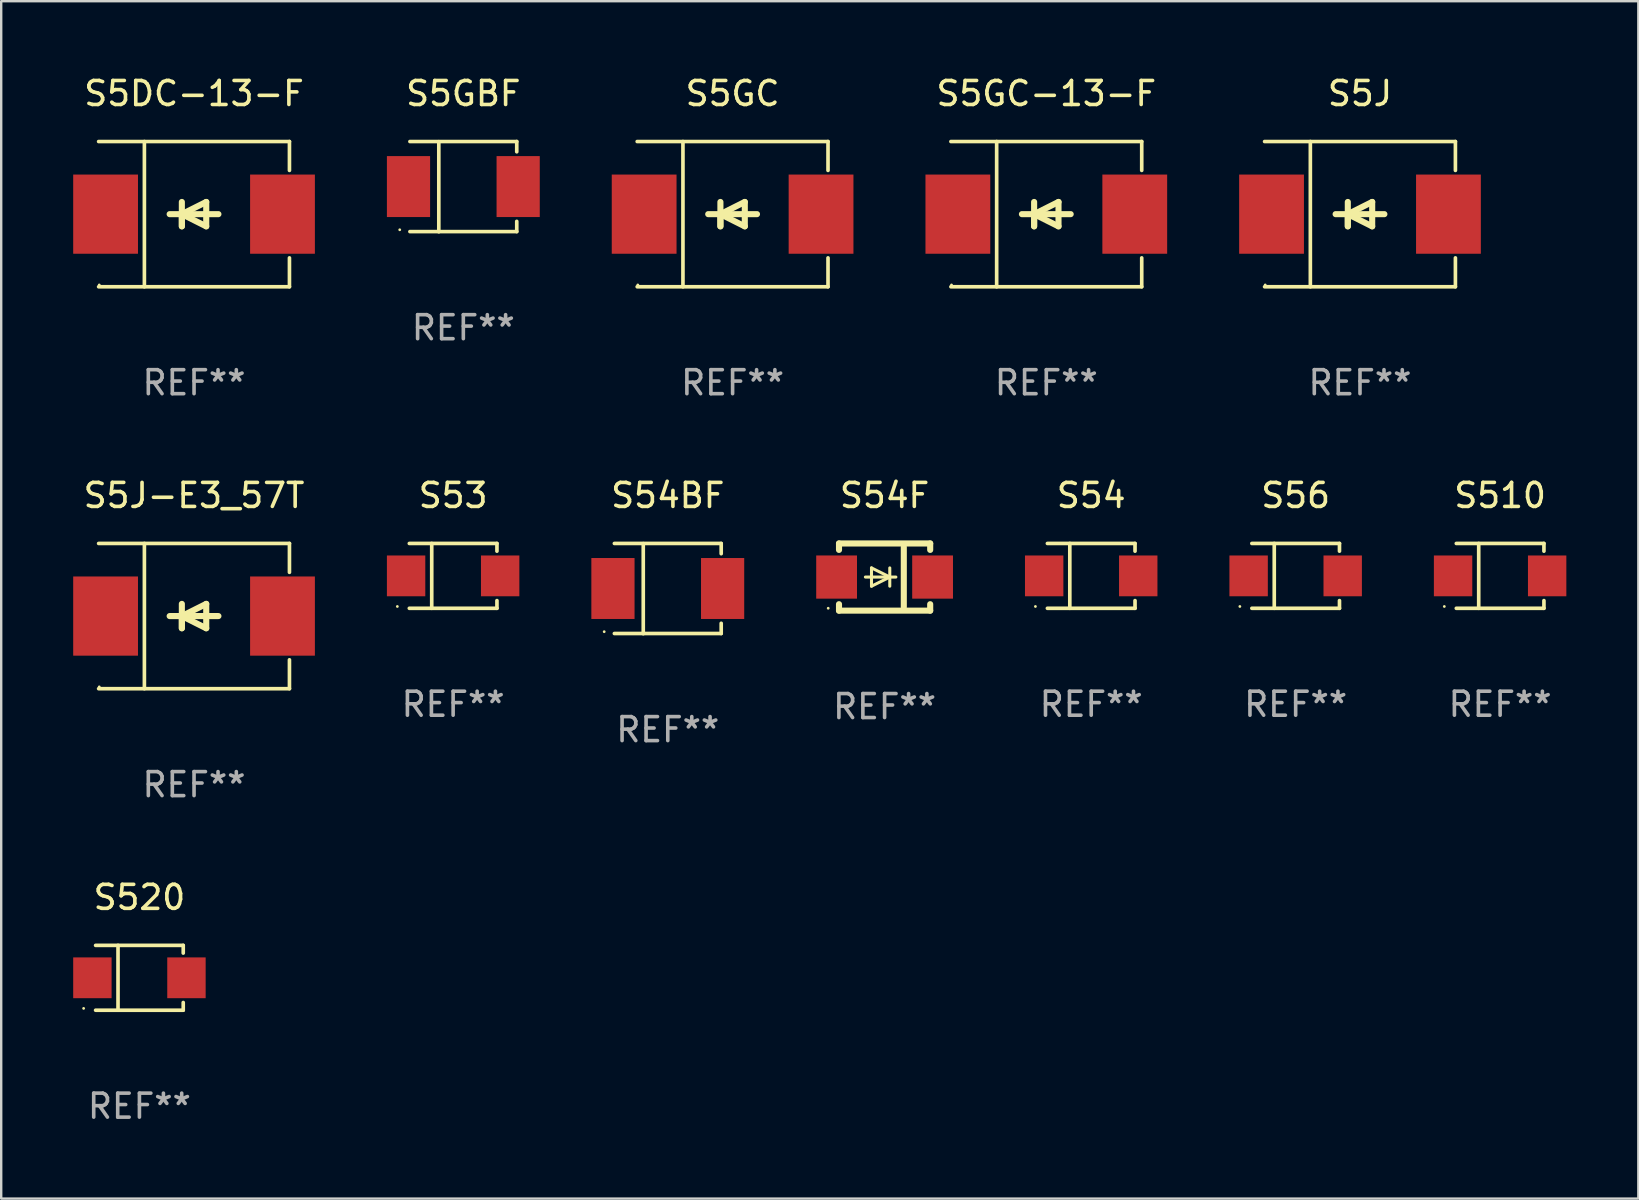
<source format=kicad_pcb>
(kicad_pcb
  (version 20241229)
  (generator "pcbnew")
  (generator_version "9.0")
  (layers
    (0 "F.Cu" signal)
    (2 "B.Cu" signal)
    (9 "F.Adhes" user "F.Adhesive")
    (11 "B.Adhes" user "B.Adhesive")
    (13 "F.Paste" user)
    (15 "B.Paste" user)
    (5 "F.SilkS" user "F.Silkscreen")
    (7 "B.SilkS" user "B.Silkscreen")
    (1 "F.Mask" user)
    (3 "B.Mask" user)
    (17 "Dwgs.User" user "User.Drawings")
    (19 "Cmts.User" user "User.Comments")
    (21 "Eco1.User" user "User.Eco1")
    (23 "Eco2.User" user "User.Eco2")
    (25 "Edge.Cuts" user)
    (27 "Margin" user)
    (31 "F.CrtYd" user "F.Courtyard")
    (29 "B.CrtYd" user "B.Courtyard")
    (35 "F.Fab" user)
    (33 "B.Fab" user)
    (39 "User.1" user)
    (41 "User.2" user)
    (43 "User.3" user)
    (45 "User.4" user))
  (footprint "S5J-E3_57T"
    (layer "F.Cu")
    (at 5.036 22.623)
    (property "Reference" "S5J-E3_57T" (at 0 -5.026 0) (layer "F.SilkS") (effects (font (size 1 1) (thickness 0.15))))
    (attr through_hole)
    (fp_line (start -3.976 -3.026) (end 3.976 -3.026) (stroke (width 0.152) (type solid)) (layer "F.SilkS"))
    (fp_line (start -3.976 3.026) (end 3.976 3.026) (stroke (width 0.152) (type solid)) (layer "F.SilkS"))
    (fp_line (start -2.069 -3.026) (end -2.069 3.026) (stroke (width 0.152) (type solid)) (layer "F.SilkS"))
    (fp_line (start -0.508 0) (end -0.508 0.508) (stroke (width 0.254) (type solid)) (layer "F.SilkS"))
    (fp_line (start -0.508 0) (end 0.508 0.508) (stroke (width 0.254) (type solid)) (layer "F.SilkS"))
    (fp_line (start -0.508 0.508) (end -0.508 -0.508) (stroke (width 0.254) (type solid)) (layer "F.SilkS"))
    (fp_line (start 0.508 -0.508) (end -0.508 0) (stroke (width 0.254) (type solid)) (layer "F.SilkS"))
    (fp_line (start 0.508 0.508) (end 0.508 -0.508) (stroke (width 0.254) (type solid)) (layer "F.SilkS"))
    (fp_line (start 1.016 0) (end -1.016 0) (stroke (width 0.254) (type solid)) (layer "F.SilkS"))
    (fp_line (start 3.976 -3.026) (end 3.976 -1.823) (stroke (width 0.152) (type solid)) (layer "F.SilkS"))
    (fp_line (start 3.976 3.026) (end 3.976 1.823) (stroke (width 0.152) (type solid)) (layer "F.SilkS"))
    (fp_circle (center -3.95 2.95) (end -3.92 2.95) (stroke (width 0.06) (type solid)) (fill no) (layer "F.SilkS"))
    (fp_text user "REF**" (at 0 7.026 0) (layer "F.Fab") (effects (font (size 1 1) (thickness 0.15))))
    (pad "1" smd rect (at -3.686 0) (size 2.7 3.3) (layers "F.Cu" "F.Mask" "F.Paste"))
    (pad "2" smd rect (at 3.686 0) (size 2.7 3.3) (layers "F.Cu" "F.Mask" "F.Paste")))
  (footprint "S5GC"
    (layer "F.Cu")
    (at 27.479 5.874)
    (property "Reference" "S5GC" (at 0 -5.026 0) (layer "F.SilkS") (effects (font (size 1 1) (thickness 0.15))))
    (attr through_hole)
    (fp_line (start -3.976 -3.026) (end 3.976 -3.026) (stroke (width 0.152) (type solid)) (layer "F.SilkS"))
    (fp_line (start -3.976 3.026) (end 3.976 3.026) (stroke (width 0.152) (type solid)) (layer "F.SilkS"))
    (fp_line (start -2.069 -3.026) (end -2.069 3.026) (stroke (width 0.152) (type solid)) (layer "F.SilkS"))
    (fp_line (start -0.508 0) (end -0.508 0.508) (stroke (width 0.254) (type solid)) (layer "F.SilkS"))
    (fp_line (start -0.508 0) (end 0.508 0.508) (stroke (width 0.254) (type solid)) (layer "F.SilkS"))
    (fp_line (start -0.508 0.508) (end -0.508 -0.508) (stroke (width 0.254) (type solid)) (layer "F.SilkS"))
    (fp_line (start 0.508 -0.508) (end -0.508 0) (stroke (width 0.254) (type solid)) (layer "F.SilkS"))
    (fp_line (start 0.508 0.508) (end 0.508 -0.508) (stroke (width 0.254) (type solid)) (layer "F.SilkS"))
    (fp_line (start 1.016 0) (end -1.016 0) (stroke (width 0.254) (type solid)) (layer "F.SilkS"))
    (fp_line (start 3.976 -3.026) (end 3.976 -1.823) (stroke (width 0.152) (type solid)) (layer "F.SilkS"))
    (fp_line (start 3.976 3.026) (end 3.976 1.823) (stroke (width 0.152) (type solid)) (layer "F.SilkS"))
    (fp_circle (center -3.95 2.95) (end -3.92 2.95) (stroke (width 0.06) (type solid)) (fill no) (layer "F.SilkS"))
    (fp_text user "REF**" (at 0 7.026 0) (layer "F.Fab") (effects (font (size 1 1) (thickness 0.15))))
    (pad "1" smd rect (at -3.686 0) (size 2.7 3.3) (layers "F.Cu" "F.Mask" "F.Paste"))
    (pad "2" smd rect (at 3.686 0) (size 2.7 3.3) (layers "F.Cu" "F.Mask" "F.Paste")))
  (footprint "S53"
    (layer "F.Cu")
    (at 15.833 20.948)
    (property "Reference" "S53" (at 0 -3.351 0) (layer "F.SilkS") (effects (font (size 1 1) (thickness 0.15))))
    (attr through_hole)
    (fp_line (start -1.826 -1.351) (end 1.826 -1.351) (stroke (width 0.152) (type solid)) (layer "F.SilkS"))
    (fp_line (start -1.826 1.351) (end 1.826 1.351) (stroke (width 0.152) (type solid)) (layer "F.SilkS"))
    (fp_line (start -0.892 -1.351) (end -0.892 1.351) (stroke (width 0.152) (type solid)) (layer "F.SilkS"))
    (fp_line (start 1.826 -1.351) (end 1.826 -1.03) (stroke (width 0.152) (type solid)) (layer "F.SilkS"))
    (fp_line (start 1.826 1.03) (end 1.826 1.351) (stroke (width 0.152) (type solid)) (layer "F.SilkS"))
    (fp_circle (center -2.325 1.275) (end -2.295 1.275) (stroke (width 0.06) (type solid)) (fill no) (layer "F.SilkS"))
    (fp_text user "REF**" (at 0 5.351 0) (layer "F.Fab") (effects (font (size 1 1) (thickness 0.15))))
    (pad "1" smd rect (at -1.96 0 180) (size 1.6 1.7) (layers "F.Cu" "F.Mask" "F.Paste"))
    (pad "2" smd rect (at 1.96 0 180) (size 1.6 1.7) (layers "F.Cu" "F.Mask" "F.Paste")))
  (footprint "S520"
    (layer "F.Cu")
    (at 2.76 37.697)
    (property "Reference" "S520" (at 0 -3.351 0) (layer "F.SilkS") (effects (font (size 1 1) (thickness 0.15))))
    (attr through_hole)
    (fp_line (start -1.826 -1.351) (end 1.826 -1.351) (stroke (width 0.152) (type solid)) (layer "F.SilkS"))
    (fp_line (start -1.826 1.351) (end 1.826 1.351) (stroke (width 0.152) (type solid)) (layer "F.SilkS"))
    (fp_line (start -0.892 -1.351) (end -0.892 1.351) (stroke (width 0.152) (type solid)) (layer "F.SilkS"))
    (fp_line (start 1.826 -1.351) (end 1.826 -1.03) (stroke (width 0.152) (type solid)) (layer "F.SilkS"))
    (fp_line (start 1.826 1.03) (end 1.826 1.351) (stroke (width 0.152) (type solid)) (layer "F.SilkS"))
    (fp_circle (center -2.325 1.275) (end -2.295 1.275) (stroke (width 0.06) (type solid)) (fill no) (layer "F.SilkS"))
    (fp_text user "REF**" (at 0 5.351 0) (layer "F.Fab") (effects (font (size 1 1) (thickness 0.15))))
    (pad "1" smd rect (at -1.96 0 180) (size 1.6 1.7) (layers "F.Cu" "F.Mask" "F.Paste"))
    (pad "2" smd rect (at 1.96 0 180) (size 1.6 1.7) (layers "F.Cu" "F.Mask" "F.Paste")))
  (footprint "S5GBF"
    (layer "F.Cu")
    (at 16.258 4.728)
    (property "Reference" "S5GBF" (at 0 -3.88 0) (layer "F.SilkS") (effects (font (size 1 1) (thickness 0.15))))
    (attr through_hole)
    (fp_line (start -2.226 -1.88) (end 2.226 -1.88) (stroke (width 0.152) (type solid)) (layer "F.SilkS"))
    (fp_line (start -2.226 1.873) (end 2.226 1.873) (stroke (width 0.152) (type solid)) (layer "F.SilkS"))
    (fp_line (start -1.022 -1.873) (end -1.022 1.88) (stroke (width 0.152) (type solid)) (layer "F.SilkS"))
    (fp_line (start 2.226 -1.88) (end 2.226 -1.453) (stroke (width 0.152) (type solid)) (layer "F.SilkS"))
    (fp_line (start 2.226 1.447) (end 2.226 1.873) (stroke (width 0.152) (type solid)) (layer "F.SilkS"))
    (fp_circle (center -2.65 1.797) (end -2.62 1.797) (stroke (width 0.06) (type solid)) (fill no) (layer "F.SilkS"))
    (fp_text user "REF**" (at 0 5.88 0) (layer "F.Fab") (effects (font (size 1 1) (thickness 0.15))))
    (pad "1" smd rect (at -2.285 -0.003) (size 1.8 2.54) (layers "F.Cu" "F.Mask" "F.Paste"))
    (pad "2" smd rect (at 2.285 -0.003) (size 1.8 2.54) (layers "F.Cu" "F.Mask" "F.Paste")))
  (footprint "S56"
    (layer "F.Cu")
    (at 50.943 20.948)
    (property "Reference" "S56" (at 0 -3.351 0) (layer "F.SilkS") (effects (font (size 1 1) (thickness 0.15))))
    (attr through_hole)
    (fp_line (start -1.826 -1.351) (end 1.826 -1.351) (stroke (width 0.152) (type solid)) (layer "F.SilkS"))
    (fp_line (start -1.826 1.351) (end 1.826 1.351) (stroke (width 0.152) (type solid)) (layer "F.SilkS"))
    (fp_line (start -0.892 -1.351) (end -0.892 1.351) (stroke (width 0.152) (type solid)) (layer "F.SilkS"))
    (fp_line (start 1.826 -1.351) (end 1.826 -1.03) (stroke (width 0.152) (type solid)) (layer "F.SilkS"))
    (fp_line (start 1.826 1.03) (end 1.826 1.351) (stroke (width 0.152) (type solid)) (layer "F.SilkS"))
    (fp_circle (center -2.325 1.275) (end -2.295 1.275) (stroke (width 0.06) (type solid)) (fill no) (layer "F.SilkS"))
    (fp_text user "REF**" (at 0 5.351 0) (layer "F.Fab") (effects (font (size 1 1) (thickness 0.15))))
    (pad "1" smd rect (at -1.96 0 180) (size 1.6 1.7) (layers "F.Cu" "F.Mask" "F.Paste"))
    (pad "2" smd rect (at 1.96 0 180) (size 1.6 1.7) (layers "F.Cu" "F.Mask" "F.Paste")))
  (footprint "S54"
    (layer "F.Cu")
    (at 42.423 20.948)
    (property "Reference" "S54" (at 0 -3.351 0) (layer "F.SilkS") (effects (font (size 1 1) (thickness 0.15))))
    (attr through_hole)
    (fp_line (start -1.826 -1.351) (end 1.826 -1.351) (stroke (width 0.152) (type solid)) (layer "F.SilkS"))
    (fp_line (start -1.826 1.351) (end 1.826 1.351) (stroke (width 0.152) (type solid)) (layer "F.SilkS"))
    (fp_line (start -0.892 -1.351) (end -0.892 1.351) (stroke (width 0.152) (type solid)) (layer "F.SilkS"))
    (fp_line (start 1.826 -1.351) (end 1.826 -1.03) (stroke (width 0.152) (type solid)) (layer "F.SilkS"))
    (fp_line (start 1.826 1.03) (end 1.826 1.351) (stroke (width 0.152) (type solid)) (layer "F.SilkS"))
    (fp_circle (center -2.325 1.275) (end -2.295 1.275) (stroke (width 0.06) (type solid)) (fill no) (layer "F.SilkS"))
    (fp_text user "REF**" (at 0 5.351 0) (layer "F.Fab") (effects (font (size 1 1) (thickness 0.15))))
    (pad "1" smd rect (at -1.96 0 180) (size 1.6 1.7) (layers "F.Cu" "F.Mask" "F.Paste"))
    (pad "2" smd rect (at 1.96 0 180) (size 1.6 1.7) (layers "F.Cu" "F.Mask" "F.Paste")))
  (footprint "S5J"
    (layer "F.Cu")
    (at 53.624 5.874)
    (property "Reference" "S5J" (at 0 -5.026 0) (layer "F.SilkS") (effects (font (size 1 1) (thickness 0.15))))
    (attr through_hole)
    (fp_line (start -3.976 -3.026) (end 3.976 -3.026) (stroke (width 0.152) (type solid)) (layer "F.SilkS"))
    (fp_line (start -3.976 3.026) (end 3.976 3.026) (stroke (width 0.152) (type solid)) (layer "F.SilkS"))
    (fp_line (start -2.069 -3.026) (end -2.069 3.026) (stroke (width 0.152) (type solid)) (layer "F.SilkS"))
    (fp_line (start -0.508 0) (end -0.508 0.508) (stroke (width 0.254) (type solid)) (layer "F.SilkS"))
    (fp_line (start -0.508 0) (end 0.508 0.508) (stroke (width 0.254) (type solid)) (layer "F.SilkS"))
    (fp_line (start -0.508 0.508) (end -0.508 -0.508) (stroke (width 0.254) (type solid)) (layer "F.SilkS"))
    (fp_line (start 0.508 -0.508) (end -0.508 0) (stroke (width 0.254) (type solid)) (layer "F.SilkS"))
    (fp_line (start 0.508 0.508) (end 0.508 -0.508) (stroke (width 0.254) (type solid)) (layer "F.SilkS"))
    (fp_line (start 1.016 0) (end -1.016 0) (stroke (width 0.254) (type solid)) (layer "F.SilkS"))
    (fp_line (start 3.976 -3.026) (end 3.976 -1.823) (stroke (width 0.152) (type solid)) (layer "F.SilkS"))
    (fp_line (start 3.976 3.026) (end 3.976 1.823) (stroke (width 0.152) (type solid)) (layer "F.SilkS"))
    (fp_circle (center -3.95 2.95) (end -3.92 2.95) (stroke (width 0.06) (type solid)) (fill no) (layer "F.SilkS"))
    (fp_text user "REF**" (at 0 7.026 0) (layer "F.Fab") (effects (font (size 1 1) (thickness 0.15))))
    (pad "1" smd rect (at -3.686 0) (size 2.7 3.3) (layers "F.Cu" "F.Mask" "F.Paste"))
    (pad "2" smd rect (at 3.686 0) (size 2.7 3.3) (layers "F.Cu" "F.Mask" "F.Paste")))
  (footprint "S510"
    (layer "F.Cu")
    (at 59.463 20.948)
    (property "Reference" "S510" (at 0 -3.351 0) (layer "F.SilkS") (effects (font (size 1 1) (thickness 0.15))))
    (attr through_hole)
    (fp_line (start -1.826 -1.351) (end 1.826 -1.351) (stroke (width 0.152) (type solid)) (layer "F.SilkS"))
    (fp_line (start -1.826 1.351) (end 1.826 1.351) (stroke (width 0.152) (type solid)) (layer "F.SilkS"))
    (fp_line (start -0.892 -1.351) (end -0.892 1.351) (stroke (width 0.152) (type solid)) (layer "F.SilkS"))
    (fp_line (start 1.826 -1.351) (end 1.826 -1.03) (stroke (width 0.152) (type solid)) (layer "F.SilkS"))
    (fp_line (start 1.826 1.03) (end 1.826 1.351) (stroke (width 0.152) (type solid)) (layer "F.SilkS"))
    (fp_circle (center -2.325 1.275) (end -2.295 1.275) (stroke (width 0.06) (type solid)) (fill no) (layer "F.SilkS"))
    (fp_text user "REF**" (at 0 5.351 0) (layer "F.Fab") (effects (font (size 1 1) (thickness 0.15))))
    (pad "1" smd rect (at -1.96 0 180) (size 1.6 1.7) (layers "F.Cu" "F.Mask" "F.Paste"))
    (pad "2" smd rect (at 1.96 0 180) (size 1.6 1.7) (layers "F.Cu" "F.Mask" "F.Paste")))
  (footprint "S54F"
    (layer "F.Cu")
    (at 33.813 20.997)
    (property "Reference" "S54F" (at 0 -3.4 0) (layer "F.SilkS") (effects (font (size 1 1) (thickness 0.15))))
    (attr through_hole)
    (fp_line (start -1.9 -1.4) (end -1.9 -1.131) (stroke (width 0.254) (type solid)) (layer "F.SilkS"))
    (fp_line (start -1.9 -1.4) (end 1.9 -1.4) (stroke (width 0.254) (type solid)) (layer "F.SilkS"))
    (fp_line (start -1.9 1.131) (end -1.9 1.4) (stroke (width 0.254) (type solid)) (layer "F.SilkS"))
    (fp_line (start -1.9 1.4) (end 1.9 1.4) (stroke (width 0.254) (type solid)) (layer "F.SilkS"))
    (fp_line (start -0.8 0) (end 0.47 0) (stroke (width 0.127) (type solid)) (layer "F.SilkS"))
    (fp_line (start -0.546 -0.381) (end 0.216 0) (stroke (width 0.127) (type solid)) (layer "F.SilkS"))
    (fp_line (start -0.546 0) (end -0.546 -0.381) (stroke (width 0.127) (type solid)) (layer "F.SilkS"))
    (fp_line (start -0.546 0) (end -0.546 0.381) (stroke (width 0.127) (type solid)) (layer "F.SilkS"))
    (fp_line (start -0.546 0.381) (end 0.216 0) (stroke (width 0.127) (type solid)) (layer "F.SilkS"))
    (fp_line (start 0.216 0) (end 0.216 -0.381) (stroke (width 0.127) (type solid)) (layer "F.SilkS"))
    (fp_line (start 0.216 0) (end 0.216 0.381) (stroke (width 0.127) (type solid)) (layer "F.SilkS"))
    (fp_line (start 0.8 1.25) (end 0.8 -1.25) (stroke (width 0.254) (type solid)) (layer "F.SilkS"))
    (fp_line (start 1.9 -1.4) (end 1.9 -1.131) (stroke (width 0.254) (type solid)) (layer "F.SilkS"))
    (fp_line (start 1.9 1.131) (end 1.9 1.4) (stroke (width 0.254) (type solid)) (layer "F.SilkS"))
    (fp_circle (center -2.35 1.3) (end -2.32 1.3) (stroke (width 0.06) (type solid)) (fill no) (layer "F.SilkS"))
    (fp_text user "REF**" (at 0 5.4 0) (layer "F.Fab") (effects (font (size 1 1) (thickness 0.15))))
    (pad "1" smd rect (at -2 0 180) (size 1.7 1.8) (layers "F.Cu" "F.Mask" "F.Paste"))
    (pad "2" smd rect (at 2 0 180) (size 1.7 1.8) (layers "F.Cu" "F.Mask" "F.Paste")))
  (footprint "S54BF"
    (layer "F.Cu")
    (at 24.778 21.477)
    (property "Reference" "S54BF" (at 0 -3.88 0) (layer "F.SilkS") (effects (font (size 1 1) (thickness 0.15))))
    (attr through_hole)
    (fp_line (start -2.226 -1.88) (end 2.226 -1.88) (stroke (width 0.152) (type solid)) (layer "F.SilkS"))
    (fp_line (start -2.226 1.873) (end 2.226 1.873) (stroke (width 0.152) (type solid)) (layer "F.SilkS"))
    (fp_line (start -1.022 -1.873) (end -1.022 1.88) (stroke (width 0.152) (type solid)) (layer "F.SilkS"))
    (fp_line (start 2.226 -1.88) (end 2.226 -1.453) (stroke (width 0.152) (type solid)) (layer "F.SilkS"))
    (fp_line (start 2.226 1.447) (end 2.226 1.873) (stroke (width 0.152) (type solid)) (layer "F.SilkS"))
    (fp_circle (center -2.65 1.797) (end -2.62 1.797) (stroke (width 0.06) (type solid)) (fill no) (layer "F.SilkS"))
    (fp_text user "REF**" (at 0 5.88 0) (layer "F.Fab") (effects (font (size 1 1) (thickness 0.15))))
    (pad "1" smd rect (at -2.285 -0.003) (size 1.8 2.54) (layers "F.Cu" "F.Mask" "F.Paste"))
    (pad "2" smd rect (at 2.285 -0.003) (size 1.8 2.54) (layers "F.Cu" "F.Mask" "F.Paste")))
  (footprint "S5GC-13-F"
    (layer "F.Cu")
    (at 40.552 5.874)
    (property "Reference" "S5GC-13-F" (at 0 -5.026 0) (layer "F.SilkS") (effects (font (size 1 1) (thickness 0.15))))
    (attr through_hole)
    (fp_line (start -3.976 -3.026) (end 3.976 -3.026) (stroke (width 0.152) (type solid)) (layer "F.SilkS"))
    (fp_line (start -3.976 3.026) (end 3.976 3.026) (stroke (width 0.152) (type solid)) (layer "F.SilkS"))
    (fp_line (start -2.069 -3.026) (end -2.069 3.026) (stroke (width 0.152) (type solid)) (layer "F.SilkS"))
    (fp_line (start -0.508 0) (end -0.508 0.508) (stroke (width 0.254) (type solid)) (layer "F.SilkS"))
    (fp_line (start -0.508 0) (end 0.508 0.508) (stroke (width 0.254) (type solid)) (layer "F.SilkS"))
    (fp_line (start -0.508 0.508) (end -0.508 -0.508) (stroke (width 0.254) (type solid)) (layer "F.SilkS"))
    (fp_line (start 0.508 -0.508) (end -0.508 0) (stroke (width 0.254) (type solid)) (layer "F.SilkS"))
    (fp_line (start 0.508 0.508) (end 0.508 -0.508) (stroke (width 0.254) (type solid)) (layer "F.SilkS"))
    (fp_line (start 1.016 0) (end -1.016 0) (stroke (width 0.254) (type solid)) (layer "F.SilkS"))
    (fp_line (start 3.976 -3.026) (end 3.976 -1.823) (stroke (width 0.152) (type solid)) (layer "F.SilkS"))
    (fp_line (start 3.976 3.026) (end 3.976 1.823) (stroke (width 0.152) (type solid)) (layer "F.SilkS"))
    (fp_circle (center -3.95 2.95) (end -3.92 2.95) (stroke (width 0.06) (type solid)) (fill no) (layer "F.SilkS"))
    (fp_text user "REF**" (at 0 7.026 0) (layer "F.Fab") (effects (font (size 1 1) (thickness 0.15))))
    (pad "1" smd rect (at -3.686 0) (size 2.7 3.3) (layers "F.Cu" "F.Mask" "F.Paste"))
    (pad "2" smd rect (at 3.686 0) (size 2.7 3.3) (layers "F.Cu" "F.Mask" "F.Paste")))
  (footprint "S5DC-13-F"
    (layer "F.Cu")
    (at 5.036 5.874)
    (property "Reference" "S5DC-13-F" (at 0 -5.026 0) (layer "F.SilkS") (effects (font (size 1 1) (thickness 0.15))))
    (attr through_hole)
    (fp_line (start -3.976 -3.026) (end 3.976 -3.026) (stroke (width 0.152) (type solid)) (layer "F.SilkS"))
    (fp_line (start -3.976 3.026) (end 3.976 3.026) (stroke (width 0.152) (type solid)) (layer "F.SilkS"))
    (fp_line (start -2.069 -3.026) (end -2.069 3.026) (stroke (width 0.152) (type solid)) (layer "F.SilkS"))
    (fp_line (start -0.508 0) (end -0.508 0.508) (stroke (width 0.254) (type solid)) (layer "F.SilkS"))
    (fp_line (start -0.508 0) (end 0.508 0.508) (stroke (width 0.254) (type solid)) (layer "F.SilkS"))
    (fp_line (start -0.508 0.508) (end -0.508 -0.508) (stroke (width 0.254) (type solid)) (layer "F.SilkS"))
    (fp_line (start 0.508 -0.508) (end -0.508 0) (stroke (width 0.254) (type solid)) (layer "F.SilkS"))
    (fp_line (start 0.508 0.508) (end 0.508 -0.508) (stroke (width 0.254) (type solid)) (layer "F.SilkS"))
    (fp_line (start 1.016 0) (end -1.016 0) (stroke (width 0.254) (type solid)) (layer "F.SilkS"))
    (fp_line (start 3.976 -3.026) (end 3.976 -1.823) (stroke (width 0.152) (type solid)) (layer "F.SilkS"))
    (fp_line (start 3.976 3.026) (end 3.976 1.823) (stroke (width 0.152) (type solid)) (layer "F.SilkS"))
    (fp_circle (center -3.95 2.95) (end -3.92 2.95) (stroke (width 0.06) (type solid)) (fill no) (layer "F.SilkS"))
    (fp_text user "REF**" (at 0 7.026 0) (layer "F.Fab") (effects (font (size 1 1) (thickness 0.15))))
    (pad "1" smd rect (at -3.686 0) (size 2.7 3.3) (layers "F.Cu" "F.Mask" "F.Paste"))
    (pad "2" smd rect (at 3.686 0) (size 2.7 3.3) (layers "F.Cu" "F.Mask" "F.Paste")))
  (gr_rect
    (start -3 -3)
    (end 65.223 46.897)
    (stroke (width 0.1) (type default))
    (fill no)
    (layer "Edge.Cuts")))
</source>
